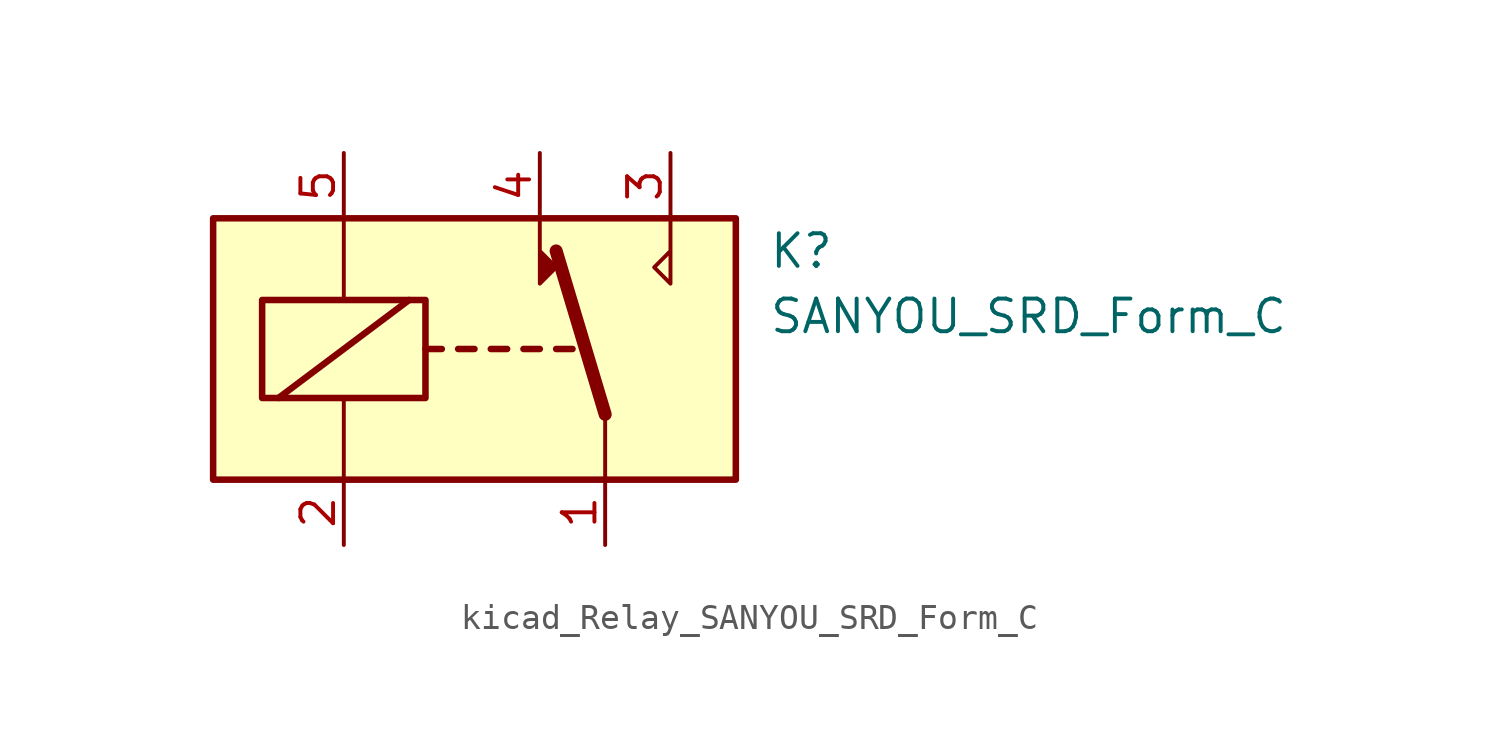
<source format=kicad_sym>
(kicad_symbol_lib
  (version 20220914)
  (generator kicad_symbol_editor)
  (symbol "kicad_Relay_SANYOU_SRD_Form_C"
    (property "Reference" "K"
      (at 11.43 3.81 0)
      (effects (font (size 1.27 1.27)) (justify left)))
    (property "Value" "SANYOU_SRD_Form_C"
      (at 11.43 1.27 0)
      (effects (font (size 1.27 1.27)) (justify left)))
    (symbol "kicad_Relay_SANYOU_SRD_Form_C_0_0"
      (polyline (pts (xy 7.62 5.08) (xy 7.62 2.54) (xy 6.985 3.175) (xy 7.62 3.81)) (stroke (width 0) (type default)) (fill (type none))))
    (symbol "kicad_Relay_SANYOU_SRD_Form_C_0_1"
      (rectangle (start -10.16 5.08) (end 10.16 -5.08) (stroke (width 0.254) (type default)) (fill (type background)))
      (rectangle (start -8.255 1.905) (end -1.905 -1.905) (stroke (width 0.254) (type default)) (fill (type none)))
      (polyline (pts (xy -7.62 -1.905) (xy -2.54 1.905)) (stroke (width 0.254) (type default)) (fill (type none)))
      (polyline (pts (xy -5.08 -5.08) (xy -5.08 -1.905)) (stroke (width 0) (type default)) (fill (type none)))
      (polyline (pts (xy -5.08 5.08) (xy -5.08 1.905)) (stroke (width 0) (type default)) (fill (type none)))
      (polyline (pts (xy -1.905 0) (xy -1.27 0)) (stroke (width 0.254) (type default)) (fill (type none)))
      (polyline (pts (xy -0.635 0) (xy 0 0)) (stroke (width 0.254) (type default)) (fill (type none)))
      (polyline (pts (xy 0.635 0) (xy 1.27 0)) (stroke (width 0.254) (type default)) (fill (type none)))
      (polyline (pts (xy 1.905 0) (xy 2.54 0)) (stroke (width 0.254) (type default)) (fill (type none)))
      (polyline (pts (xy 3.175 0) (xy 3.81 0)) (stroke (width 0.254) (type default)) (fill (type none)))
      (polyline (pts (xy 5.08 -2.54) (xy 3.175 3.81)) (stroke (width 0.508) (type default)) (fill (type none)))
      (polyline (pts (xy 5.08 -2.54) (xy 5.08 -5.08)) (stroke (width 0) (type default)) (fill (type none))))
    (symbol "kicad_Relay_SANYOU_SRD_Form_C_1_1"
      (polyline (pts (xy 2.54 3.81) (xy 3.175 3.175) (xy 2.54 2.54) (xy 2.54 5.08)) (stroke (width 0) (type default)) (fill (type outline)))
      (pin passive line (at 5.08 -7.62 90) (length 2.54) (name "~" (effects (font (size 1.27 1.27)))) (number "1" (effects (font (size 1.27 1.27)))))
      (pin passive line (at -5.08 -7.62 90) (length 2.54) (name "~" (effects (font (size 1.27 1.27)))) (number "2" (effects (font (size 1.27 1.27)))))
      (pin passive line (at 7.62 7.62 270) (length 2.54) (name "~" (effects (font (size 1.27 1.27)))) (number "3" (effects (font (size 1.27 1.27)))))
      (pin passive line (at 2.54 7.62 270) (length 2.54) (name "~" (effects (font (size 1.27 1.27)))) (number "4" (effects (font (size 1.27 1.27)))))
      (pin passive line (at -5.08 7.62 270) (length 2.54) (name "~" (effects (font (size 1.27 1.27)))) (number "5" (effects (font (size 1.27 1.27))))))))
</source>
